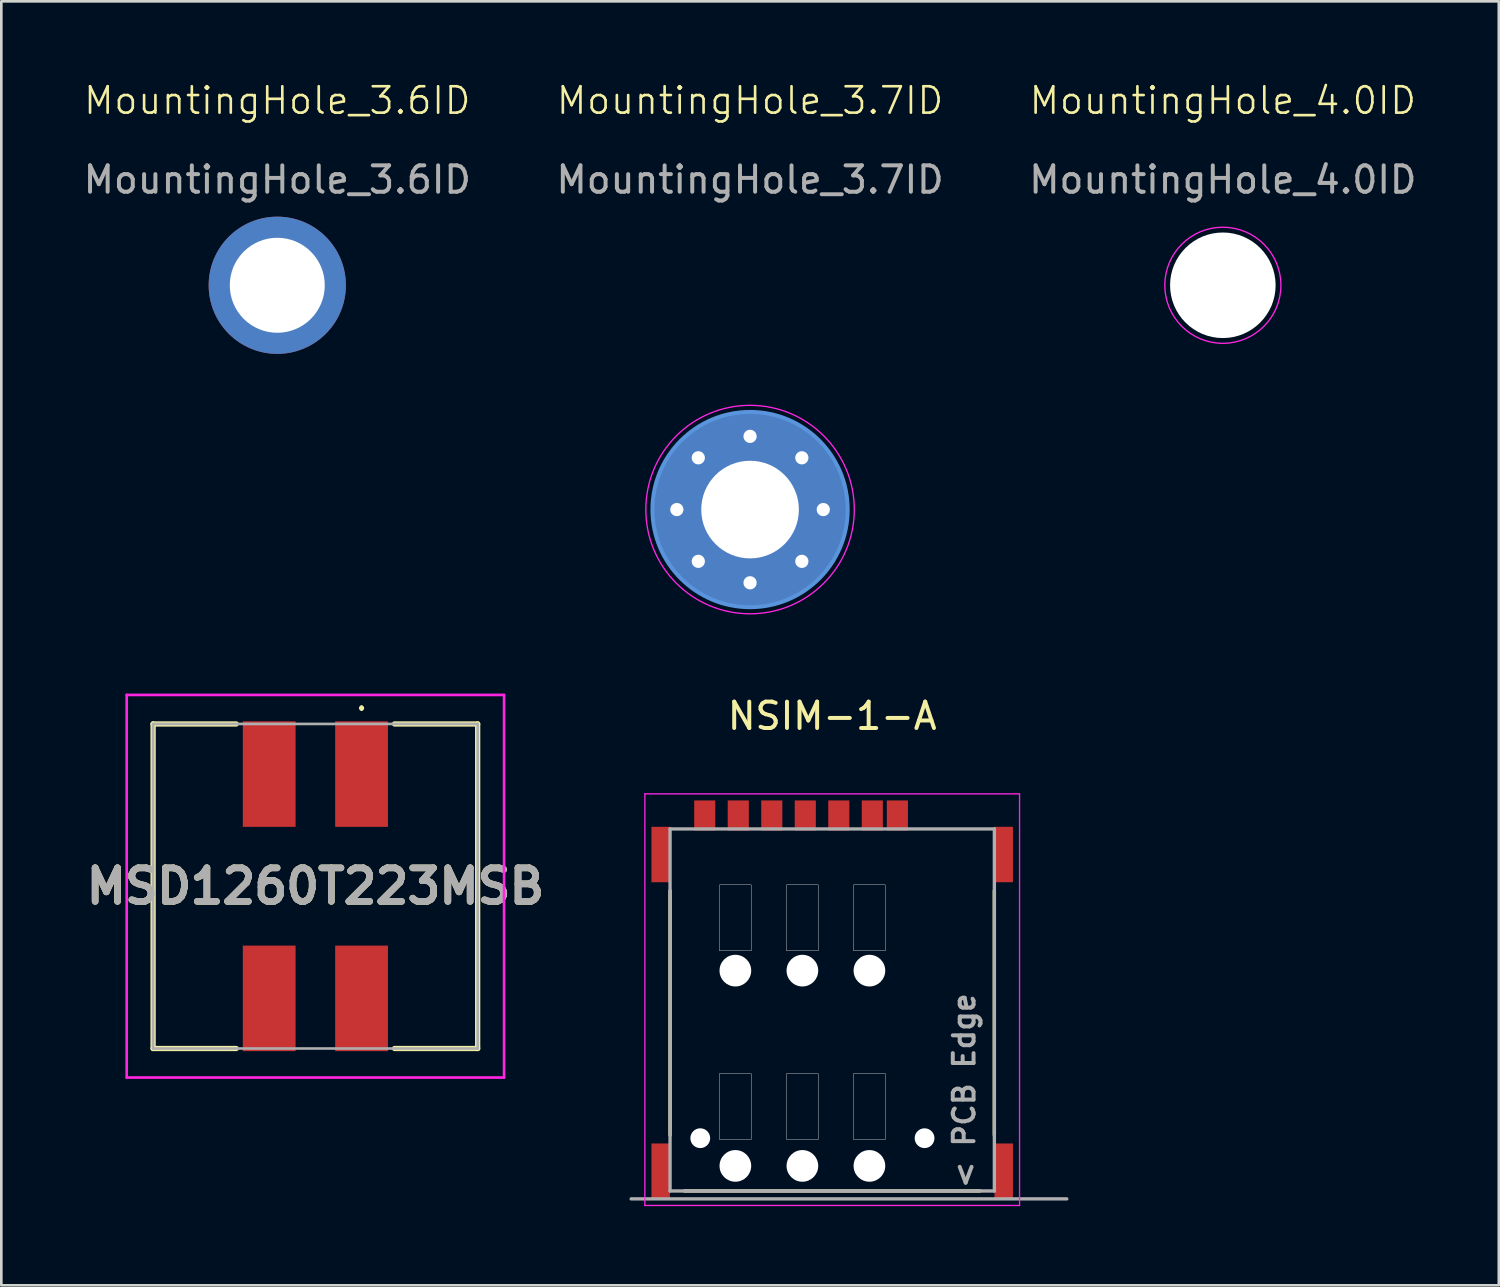
<source format=kicad_pcb>
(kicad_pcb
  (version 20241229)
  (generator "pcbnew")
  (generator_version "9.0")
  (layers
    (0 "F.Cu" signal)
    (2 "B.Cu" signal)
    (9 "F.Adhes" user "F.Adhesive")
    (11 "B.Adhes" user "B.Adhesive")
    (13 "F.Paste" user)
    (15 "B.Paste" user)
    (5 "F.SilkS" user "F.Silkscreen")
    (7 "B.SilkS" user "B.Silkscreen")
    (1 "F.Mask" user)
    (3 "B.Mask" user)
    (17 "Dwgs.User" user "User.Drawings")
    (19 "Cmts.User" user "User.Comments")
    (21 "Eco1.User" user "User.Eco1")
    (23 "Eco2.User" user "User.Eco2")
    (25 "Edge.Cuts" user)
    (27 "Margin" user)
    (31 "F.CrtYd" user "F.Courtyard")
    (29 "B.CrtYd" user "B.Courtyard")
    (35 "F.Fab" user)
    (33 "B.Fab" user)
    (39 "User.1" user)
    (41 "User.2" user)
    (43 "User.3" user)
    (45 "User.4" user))
  (footprint "MountingHole_4.0ID"
    (layer "F.Cu")
    (at 43.292 7.761)
    (property "Reference" "MountingHole_4.0ID" (at 0 -7 0) (unlocked yes) (layer "F.SilkS") (effects (font (size 1 1) (thickness 0.1))))
    (attr through_hole)
    (fp_circle (center 0 0) (end -2.2 0) (stroke (width 0.05) (type default)) (fill no) (layer "F.CrtYd"))
    (fp_text user "${REFERENCE}" (at 0 -4 0) (unlocked yes) (layer "F.Fab") (effects (font (size 1 1) (thickness 0.15))))
    (pad "" np_thru_hole circle (at 0 0) (size 4 4) (drill 4) (layers "*.Cu" "*.Mask")))
  (footprint "MountingHole_3.6ID"
    (layer "F.Cu")
    (at 7.458 7.761)
    (property "Reference" "MountingHole_3.6ID" (at 0 -7 0) (unlocked yes) (layer "F.SilkS") (effects (font (size 1 1) (thickness 0.1))))
    (attr through_hole)
    (fp_text user "${REFERENCE}" (at 0 -4 0) (unlocked yes) (layer "F.Fab") (effects (font (size 1 1) (thickness 0.15))))
    (pad "1" thru_hole circle (at 0 0) (size 5.2 5.2) (drill 3.6) (layers "*.Cu" "*.Mask")))
  (footprint "MSD1260T223MSB"
    (layer "F.Cu")
    (at 8.902 30.535)
    (property "Reference" "MSD1260T223MSB" (at 0 0 0) (layer "F.SilkS") (effects (font (size 1.27 1.27) (thickness 0.254))))
    (attr smd)
    (fp_line (start -6.15 -6.15) (end -3 -6.15) (stroke (width 0.2) (type solid)) (layer "F.SilkS"))
    (fp_line (start -6.15 6.15) (end -6.15 -6.15) (stroke (width 0.2) (type solid)) (layer "F.SilkS"))
    (fp_line (start -3 6.15) (end -6.15 6.15) (stroke (width 0.2) (type solid)) (layer "F.SilkS"))
    (fp_line (start 1.75 -6.8) (end 1.75 -6.8) (stroke (width 0.1) (type solid)) (layer "F.SilkS"))
    (fp_line (start 1.75 -6.7) (end 1.75 -6.7) (stroke (width 0.1) (type solid)) (layer "F.SilkS"))
    (fp_line (start 3 -6.15) (end 6.15 -6.15) (stroke (width 0.2) (type solid)) (layer "F.SilkS"))
    (fp_line (start 6.15 -6.15) (end 6.15 6.15) (stroke (width 0.2) (type solid)) (layer "F.SilkS"))
    (fp_line (start 6.15 6.15) (end 3 6.15) (stroke (width 0.2) (type solid)) (layer "F.SilkS"))
    (fp_arc (start 1.75 -6.8) (mid 1.8 -6.75) (end 1.75 -6.7) (stroke (width 0.1) (type solid)) (layer "F.SilkS"))
    (fp_arc (start 1.75 -6.7) (mid 1.7 -6.75) (end 1.75 -6.8) (stroke (width 0.1) (type solid)) (layer "F.SilkS"))
    (fp_line (start -7.15 -7.25) (end 7.15 -7.25) (stroke (width 0.1) (type solid)) (layer "F.CrtYd"))
    (fp_line (start -7.15 7.25) (end -7.15 -7.25) (stroke (width 0.1) (type solid)) (layer "F.CrtYd"))
    (fp_line (start 7.15 -7.25) (end 7.15 7.25) (stroke (width 0.1) (type solid)) (layer "F.CrtYd"))
    (fp_line (start 7.15 7.25) (end -7.15 7.25) (stroke (width 0.1) (type solid)) (layer "F.CrtYd"))
    (fp_line (start -6.15 -6.15) (end 6.15 -6.15) (stroke (width 0.1) (type solid)) (layer "F.Fab"))
    (fp_line (start -6.15 6.15) (end -6.15 -6.15) (stroke (width 0.1) (type solid)) (layer "F.Fab"))
    (fp_line (start 6.15 -6.15) (end 6.15 6.15) (stroke (width 0.1) (type solid)) (layer "F.Fab"))
    (fp_line (start 6.15 6.15) (end -6.15 6.15) (stroke (width 0.1) (type solid)) (layer "F.Fab"))
    (fp_text user "${REFERENCE}" (at 0 0 0) (layer "F.Fab") (effects (font (size 1.27 1.27) (thickness 0.254))))
    (pad "1" smd rect (at 1.75 -4.25) (size 2 4) (layers "F.Cu" "F.Mask" "F.Paste"))
    (pad "2" smd rect (at -1.75 -4.25) (size 2 4) (layers "F.Cu" "F.Mask" "F.Paste"))
    (pad "3" smd rect (at -1.75 4.25) (size 2 4) (layers "F.Cu" "F.Mask" "F.Paste"))
    (pad "4" smd rect (at 1.75 4.25) (size 2 4) (layers "F.Cu" "F.Mask" "F.Paste")))
  (footprint "NSIM-1-A"
    (layer "F.Cu")
    (at 28.488 42.084)
    (property "Reference" "NSIM-1-A" (at 0 -18 0) (layer "F.SilkS") (effects (font (size 1 1) (thickness 0.15))))
    (attr smd)
    (fp_line (start -6.145 -11.38) (end -6.145 -2.12) (stroke (width 0.127) (type solid)) (layer "F.SilkS"))
    (fp_line (start -5.6 0) (end 5.6 0) (stroke (width 0.127) (type solid)) (layer "F.SilkS"))
    (fp_line (start 6.145 -11.38) (end 6.145 -2.12) (stroke (width 0.127) (type solid)) (layer "F.SilkS"))
    (fp_poly (pts (xy -4.27 -11.6) (xy -3.07 -11.6) (xy -3.07 -9.1) (xy -4.27 -9.1)) (stroke (width 0.01) (type solid)) (fill no) (layer "Dwgs.User"))
    (fp_poly (pts (xy -4.27 -11.6) (xy -3.07 -11.6) (xy -3.07 -9.1) (xy -4.27 -9.1)) (stroke (width 0.01) (type solid)) (fill no) (layer "Dwgs.User"))
    (fp_poly (pts (xy -4.27 -4.45) (xy -3.07 -4.45) (xy -3.07 -1.95) (xy -4.27 -1.95)) (stroke (width 0.01) (type solid)) (fill no) (layer "Dwgs.User"))
    (fp_poly (pts (xy -4.27 -4.45) (xy -3.07 -4.45) (xy -3.07 -1.95) (xy -4.27 -1.95)) (stroke (width 0.01) (type solid)) (fill no) (layer "Dwgs.User"))
    (fp_poly (pts (xy -1.73 -11.6) (xy -0.53 -11.6) (xy -0.53 -9.1) (xy -1.73 -9.1)) (stroke (width 0.01) (type solid)) (fill no) (layer "Dwgs.User"))
    (fp_poly (pts (xy -1.73 -11.6) (xy -0.53 -11.6) (xy -0.53 -9.1) (xy -1.73 -9.1)) (stroke (width 0.01) (type solid)) (fill no) (layer "Dwgs.User"))
    (fp_poly (pts (xy -1.73 -4.45) (xy -0.53 -4.45) (xy -0.53 -1.95) (xy -1.73 -1.95)) (stroke (width 0.01) (type solid)) (fill no) (layer "Dwgs.User"))
    (fp_poly (pts (xy -1.73 -4.45) (xy -0.53 -4.45) (xy -0.53 -1.95) (xy -1.73 -1.95)) (stroke (width 0.01) (type solid)) (fill no) (layer "Dwgs.User"))
    (fp_poly (pts (xy 0.81 -11.6) (xy 2.01 -11.6) (xy 2.01 -9.1) (xy 0.81 -9.1)) (stroke (width 0.01) (type solid)) (fill no) (layer "Dwgs.User"))
    (fp_poly (pts (xy 0.81 -11.6) (xy 2.01 -11.6) (xy 2.01 -9.1) (xy 0.81 -9.1)) (stroke (width 0.01) (type solid)) (fill no) (layer "Dwgs.User"))
    (fp_poly (pts (xy 0.81 -4.45) (xy 2.01 -4.45) (xy 2.01 -1.95) (xy 0.81 -1.95)) (stroke (width 0.01) (type solid)) (fill no) (layer "Dwgs.User"))
    (fp_poly (pts (xy 0.81 -4.45) (xy 2.01 -4.45) (xy 2.01 -1.95) (xy 0.81 -1.95)) (stroke (width 0.01) (type solid)) (fill no) (layer "Dwgs.User"))
    (fp_line (start -7.1 -15.05) (end -7.1 0.55) (stroke (width 0.05) (type solid)) (layer "F.CrtYd"))
    (fp_line (start -7.1 0.55) (end 7.1 0.55) (stroke (width 0.05) (type solid)) (layer "F.CrtYd"))
    (fp_line (start 7.1 -15.05) (end -7.1 -15.05) (stroke (width 0.05) (type solid)) (layer "F.CrtYd"))
    (fp_line (start 7.1 0.55) (end 7.1 -15.05) (stroke (width 0.05) (type solid)) (layer "F.CrtYd"))
    (fp_line (start -7.62 0.3) (end 8.89 0.3) (stroke (width 0.127) (type solid)) (layer "F.Fab"))
    (fp_line (start -6.145 -13.72) (end -6.145 0) (stroke (width 0.127) (type solid)) (layer "F.Fab"))
    (fp_line (start -6.145 0) (end 6.145 0) (stroke (width 0.127) (type solid)) (layer "F.Fab"))
    (fp_line (start 6.145 -13.72) (end -6.145 -13.72) (stroke (width 0.127) (type solid)) (layer "F.Fab"))
    (fp_line (start 6.145 0) (end 6.145 -13.72) (stroke (width 0.127) (type solid)) (layer "F.Fab"))
    (fp_text user "< PCB Edge" (at 5 -3.8 90) (layer "F.Fab") (effects (font (size 0.787 0.787) (thickness 0.15))))
    (pad "" np_thru_hole circle (at -5 -2) (size 0.75 0.75) (drill 0.75) (layers "*.Cu" "*.Mask"))
    (pad "" np_thru_hole circle (at -3.67 -8.35) (size 1.2 1.2) (drill 1.2) (layers "*.Cu" "*.Mask"))
    (pad "" np_thru_hole circle (at -3.67 -0.95) (size 1.2 1.2) (drill 1.2) (layers "*.Cu" "*.Mask"))
    (pad "" np_thru_hole circle (at -1.13 -8.35) (size 1.2 1.2) (drill 1.2) (layers "*.Cu" "*.Mask"))
    (pad "" np_thru_hole circle (at -1.13 -0.95) (size 1.2 1.2) (drill 1.2) (layers "*.Cu" "*.Mask"))
    (pad "" np_thru_hole circle (at 1.41 -8.35) (size 1.2 1.2) (drill 1.2) (layers "*.Cu" "*.Mask"))
    (pad "" np_thru_hole circle (at 1.41 -0.95) (size 1.2 1.2) (drill 1.2) (layers "*.Cu" "*.Mask"))
    (pad "" np_thru_hole circle (at 3.5 -2) (size 0.75 0.75) (drill 0.75) (layers "*.Cu" "*.Mask"))
    (pad "1" smd rect (at 0.25 -14.23) (size 0.8 1.14) (layers "F.Cu" "F.Mask" "F.Paste"))
    (pad "2" smd rect (at -2.29 -14.23) (size 0.8 1.14) (layers "F.Cu" "F.Mask" "F.Paste"))
    (pad "3" smd rect (at -4.83 -14.23) (size 0.8 1.14) (layers "F.Cu" "F.Mask" "F.Paste"))
    (pad "5" smd rect (at -6.5 -12.75) (size 0.7 2.1) (layers "F.Cu" "F.Mask" "F.Paste"))
    (pad "5" smd rect (at -6.5 -0.75) (size 0.7 2.1) (layers "F.Cu" "F.Mask" "F.Paste"))
    (pad "5" smd rect (at 1.52 -14.23) (size 0.8 1.14) (layers "F.Cu" "F.Mask" "F.Paste"))
    (pad "5" smd rect (at 6.5 -12.75) (size 0.7 2.1) (layers "F.Cu" "F.Mask" "F.Paste"))
    (pad "5" smd rect (at 6.5 -0.75) (size 0.7 2.1) (layers "F.Cu" "F.Mask" "F.Paste"))
    (pad "6" smd rect (at -1.02 -14.23) (size 0.8 1.14) (layers "F.Cu" "F.Mask" "F.Paste"))
    (pad "7" smd rect (at -3.56 -14.23) (size 0.8 1.14) (layers "F.Cu" "F.Mask" "F.Paste"))
    (pad "CD" smd rect (at 2.47 -14.23) (size 0.8 1.14) (layers "F.Cu" "F.Mask" "F.Paste")))
  (footprint "MountingHole_3.7ID"
    (layer "F.Cu")
    (at 25.375 16.261)
    (property "Reference" "MountingHole_3.7ID" (at 0 -15.5 0) (unlocked yes) (layer "F.SilkS") (effects (font (size 1 1) (thickness 0.1))))
    (attr through_hole)
    (fp_circle (center 0 0) (end 3.7 0) (stroke (width 0.15) (type solid)) (fill no) (layer "Cmts.User"))
    (fp_circle (center 0 0) (end 3.95 0) (stroke (width 0.05) (type solid)) (fill no) (layer "F.CrtYd"))
    (fp_text user "${REFERENCE}" (at 0 -12.5 0) (unlocked yes) (layer "F.Fab") (effects (font (size 1 1) (thickness 0.15))))
    (pad "1" thru_hole circle (at -2.775 0) (size 0.8 0.8) (drill 0.5) (layers "*.Cu" "*.Mask"))
    (pad "1" thru_hole circle (at -1.962 -1.962) (size 0.8 0.8) (drill 0.5) (layers "*.Cu" "*.Mask"))
    (pad "1" thru_hole circle (at -1.962 1.962) (size 0.8 0.8) (drill 0.5) (layers "*.Cu" "*.Mask"))
    (pad "1" thru_hole circle (at 0 -2.775) (size 0.8 0.8) (drill 0.5) (layers "*.Cu" "*.Mask"))
    (pad "1" thru_hole circle (at 0 0) (size 7.4 7.4) (drill 3.7) (layers "*.Cu" "*.Mask"))
    (pad "1" thru_hole circle (at 0 2.775) (size 0.8 0.8) (drill 0.5) (layers "*.Cu" "*.Mask"))
    (pad "1" thru_hole circle (at 1.962 -1.962) (size 0.8 0.8) (drill 0.5) (layers "*.Cu" "*.Mask"))
    (pad "1" thru_hole circle (at 1.962 1.962) (size 0.8 0.8) (drill 0.5) (layers "*.Cu" "*.Mask"))
    (pad "1" thru_hole circle (at 2.775 0) (size 0.8 0.8) (drill 0.5) (layers "*.Cu" "*.Mask")))
  (gr_rect
    (start -3 -3)
    (end 53.75 45.659)
    (stroke (width 0.1) (type default))
    (fill no)
    (layer "Edge.Cuts")))
</source>
